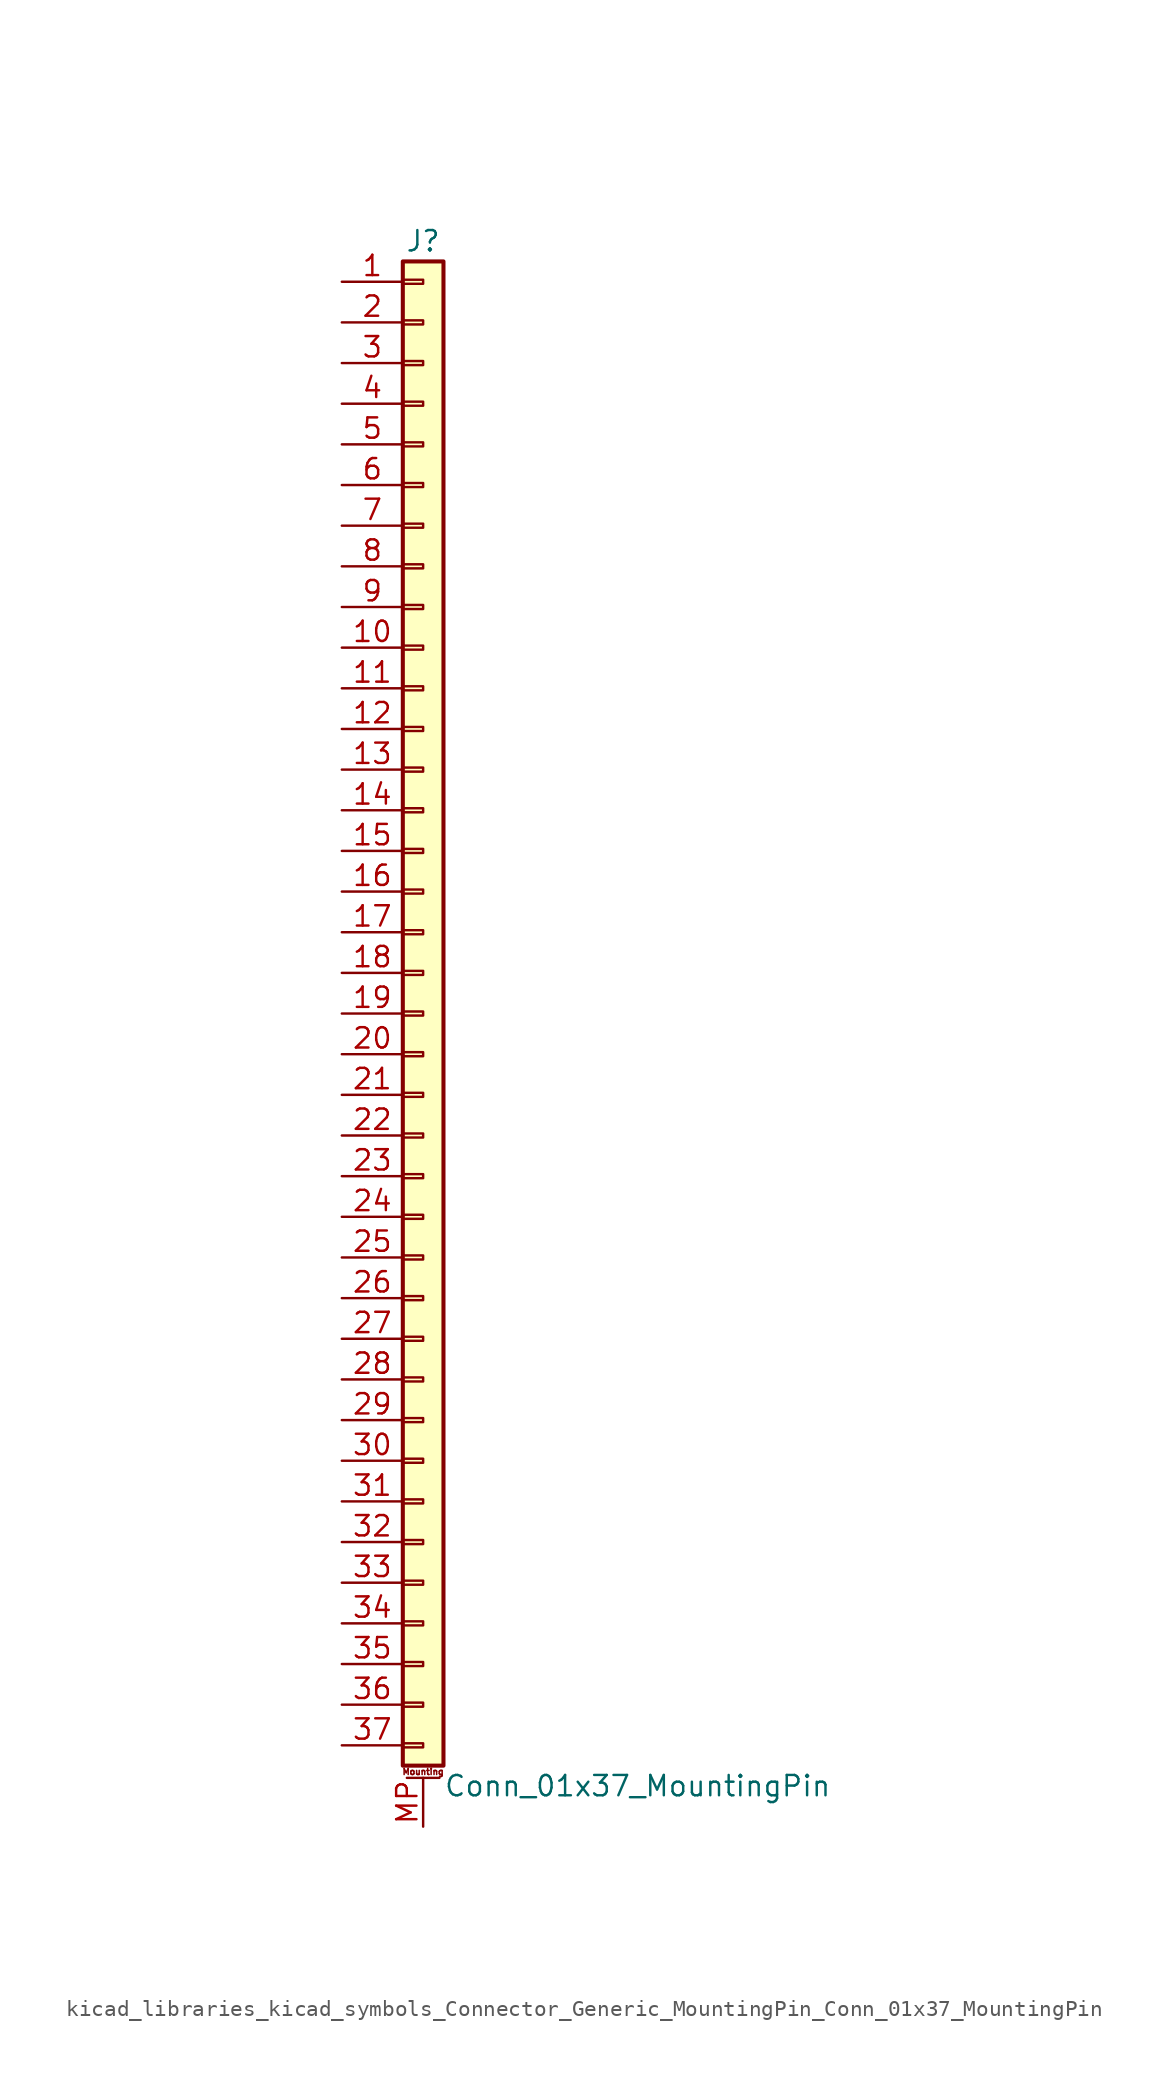
<source format=kicad_sym>
(kicad_symbol_lib
  (version 20220914)
  (generator kicad_symbol_editor)
  (symbol "kicad_libraries_kicad_symbols_Connector_Generic_MountingPin_Conn_01x37_MountingPin"
    (pin_names
      (offset 1.016) hide)
    (property "Reference" "J"
      (at 0 48.26 0)
      (effects (font (size 1.27 1.27))))
    (property "Value" "Conn_01x37_MountingPin"
      (at 1.27 -48.26 0)
      (effects (font (size 1.27 1.27)) (justify left)))
    (symbol "kicad_libraries_kicad_symbols_Connector_Generic_MountingPin_Conn_01x37_MountingPin_1_1"
      (rectangle (start -1.27 -45.593) (end 0 -45.847) (stroke (width 0.152) (type default)) (fill (type none)))
      (rectangle (start -1.27 -43.053) (end 0 -43.307) (stroke (width 0.152) (type default)) (fill (type none)))
      (rectangle (start -1.27 -40.513) (end 0 -40.767) (stroke (width 0.152) (type default)) (fill (type none)))
      (rectangle (start -1.27 -37.973) (end 0 -38.227) (stroke (width 0.152) (type default)) (fill (type none)))
      (rectangle (start -1.27 -35.433) (end 0 -35.687) (stroke (width 0.152) (type default)) (fill (type none)))
      (rectangle (start -1.27 -32.893) (end 0 -33.147) (stroke (width 0.152) (type default)) (fill (type none)))
      (rectangle (start -1.27 -30.353) (end 0 -30.607) (stroke (width 0.152) (type default)) (fill (type none)))
      (rectangle (start -1.27 -27.813) (end 0 -28.067) (stroke (width 0.152) (type default)) (fill (type none)))
      (rectangle (start -1.27 -25.273) (end 0 -25.527) (stroke (width 0.152) (type default)) (fill (type none)))
      (rectangle (start -1.27 -22.733) (end 0 -22.987) (stroke (width 0.152) (type default)) (fill (type none)))
      (rectangle (start -1.27 -20.193) (end 0 -20.447) (stroke (width 0.152) (type default)) (fill (type none)))
      (rectangle (start -1.27 -17.653) (end 0 -17.907) (stroke (width 0.152) (type default)) (fill (type none)))
      (rectangle (start -1.27 -15.113) (end 0 -15.367) (stroke (width 0.152) (type default)) (fill (type none)))
      (rectangle (start -1.27 -12.573) (end 0 -12.827) (stroke (width 0.152) (type default)) (fill (type none)))
      (rectangle (start -1.27 -10.033) (end 0 -10.287) (stroke (width 0.152) (type default)) (fill (type none)))
      (rectangle (start -1.27 -7.493) (end 0 -7.747) (stroke (width 0.152) (type default)) (fill (type none)))
      (rectangle (start -1.27 -4.953) (end 0 -5.207) (stroke (width 0.152) (type default)) (fill (type none)))
      (rectangle (start -1.27 -2.413) (end 0 -2.667) (stroke (width 0.152) (type default)) (fill (type none)))
      (rectangle (start -1.27 0.127) (end 0 -0.127) (stroke (width 0.152) (type default)) (fill (type none)))
      (rectangle (start -1.27 2.667) (end 0 2.413) (stroke (width 0.152) (type default)) (fill (type none)))
      (rectangle (start -1.27 5.207) (end 0 4.953) (stroke (width 0.152) (type default)) (fill (type none)))
      (rectangle (start -1.27 7.747) (end 0 7.493) (stroke (width 0.152) (type default)) (fill (type none)))
      (rectangle (start -1.27 10.287) (end 0 10.033) (stroke (width 0.152) (type default)) (fill (type none)))
      (rectangle (start -1.27 12.827) (end 0 12.573) (stroke (width 0.152) (type default)) (fill (type none)))
      (rectangle (start -1.27 15.367) (end 0 15.113) (stroke (width 0.152) (type default)) (fill (type none)))
      (rectangle (start -1.27 17.907) (end 0 17.653) (stroke (width 0.152) (type default)) (fill (type none)))
      (rectangle (start -1.27 20.447) (end 0 20.193) (stroke (width 0.152) (type default)) (fill (type none)))
      (rectangle (start -1.27 22.987) (end 0 22.733) (stroke (width 0.152) (type default)) (fill (type none)))
      (rectangle (start -1.27 25.527) (end 0 25.273) (stroke (width 0.152) (type default)) (fill (type none)))
      (rectangle (start -1.27 28.067) (end 0 27.813) (stroke (width 0.152) (type default)) (fill (type none)))
      (rectangle (start -1.27 30.607) (end 0 30.353) (stroke (width 0.152) (type default)) (fill (type none)))
      (rectangle (start -1.27 33.147) (end 0 32.893) (stroke (width 0.152) (type default)) (fill (type none)))
      (rectangle (start -1.27 35.687) (end 0 35.433) (stroke (width 0.152) (type default)) (fill (type none)))
      (rectangle (start -1.27 38.227) (end 0 37.973) (stroke (width 0.152) (type default)) (fill (type none)))
      (rectangle (start -1.27 40.767) (end 0 40.513) (stroke (width 0.152) (type default)) (fill (type none)))
      (rectangle (start -1.27 43.307) (end 0 43.053) (stroke (width 0.152) (type default)) (fill (type none)))
      (rectangle (start -1.27 45.847) (end 0 45.593) (stroke (width 0.152) (type default)) (fill (type none)))
      (rectangle (start -1.27 46.99) (end 1.27 -46.99) (stroke (width 0.254) (type default)) (fill (type background)))
      (polyline (pts (xy -1.016 -47.752) (xy 1.016 -47.752)) (stroke (width 0.152) (type default)) (fill (type none)))
      (text "Mounting" (at 0 -47.371 0) (effects (font (size 0.381 0.381))))
      (pin passive line (at -5.08 45.72 0) (length 3.81) (name "Pin_1" (effects (font (size 1.27 1.27)))) (number "1" (effects (font (size 1.27 1.27)))))
      (pin passive line (at -5.08 22.86 0) (length 3.81) (name "Pin_10" (effects (font (size 1.27 1.27)))) (number "10" (effects (font (size 1.27 1.27)))))
      (pin passive line (at -5.08 20.32 0) (length 3.81) (name "Pin_11" (effects (font (size 1.27 1.27)))) (number "11" (effects (font (size 1.27 1.27)))))
      (pin passive line (at -5.08 17.78 0) (length 3.81) (name "Pin_12" (effects (font (size 1.27 1.27)))) (number "12" (effects (font (size 1.27 1.27)))))
      (pin passive line (at -5.08 15.24 0) (length 3.81) (name "Pin_13" (effects (font (size 1.27 1.27)))) (number "13" (effects (font (size 1.27 1.27)))))
      (pin passive line (at -5.08 12.7 0) (length 3.81) (name "Pin_14" (effects (font (size 1.27 1.27)))) (number "14" (effects (font (size 1.27 1.27)))))
      (pin passive line (at -5.08 10.16 0) (length 3.81) (name "Pin_15" (effects (font (size 1.27 1.27)))) (number "15" (effects (font (size 1.27 1.27)))))
      (pin passive line (at -5.08 7.62 0) (length 3.81) (name "Pin_16" (effects (font (size 1.27 1.27)))) (number "16" (effects (font (size 1.27 1.27)))))
      (pin passive line (at -5.08 5.08 0) (length 3.81) (name "Pin_17" (effects (font (size 1.27 1.27)))) (number "17" (effects (font (size 1.27 1.27)))))
      (pin passive line (at -5.08 2.54 0) (length 3.81) (name "Pin_18" (effects (font (size 1.27 1.27)))) (number "18" (effects (font (size 1.27 1.27)))))
      (pin passive line (at -5.08 0 0) (length 3.81) (name "Pin_19" (effects (font (size 1.27 1.27)))) (number "19" (effects (font (size 1.27 1.27)))))
      (pin passive line (at -5.08 43.18 0) (length 3.81) (name "Pin_2" (effects (font (size 1.27 1.27)))) (number "2" (effects (font (size 1.27 1.27)))))
      (pin passive line (at -5.08 -2.54 0) (length 3.81) (name "Pin_20" (effects (font (size 1.27 1.27)))) (number "20" (effects (font (size 1.27 1.27)))))
      (pin passive line (at -5.08 -5.08 0) (length 3.81) (name "Pin_21" (effects (font (size 1.27 1.27)))) (number "21" (effects (font (size 1.27 1.27)))))
      (pin passive line (at -5.08 -7.62 0) (length 3.81) (name "Pin_22" (effects (font (size 1.27 1.27)))) (number "22" (effects (font (size 1.27 1.27)))))
      (pin passive line (at -5.08 -10.16 0) (length 3.81) (name "Pin_23" (effects (font (size 1.27 1.27)))) (number "23" (effects (font (size 1.27 1.27)))))
      (pin passive line (at -5.08 -12.7 0) (length 3.81) (name "Pin_24" (effects (font (size 1.27 1.27)))) (number "24" (effects (font (size 1.27 1.27)))))
      (pin passive line (at -5.08 -15.24 0) (length 3.81) (name "Pin_25" (effects (font (size 1.27 1.27)))) (number "25" (effects (font (size 1.27 1.27)))))
      (pin passive line (at -5.08 -17.78 0) (length 3.81) (name "Pin_26" (effects (font (size 1.27 1.27)))) (number "26" (effects (font (size 1.27 1.27)))))
      (pin passive line (at -5.08 -20.32 0) (length 3.81) (name "Pin_27" (effects (font (size 1.27 1.27)))) (number "27" (effects (font (size 1.27 1.27)))))
      (pin passive line (at -5.08 -22.86 0) (length 3.81) (name "Pin_28" (effects (font (size 1.27 1.27)))) (number "28" (effects (font (size 1.27 1.27)))))
      (pin passive line (at -5.08 -25.4 0) (length 3.81) (name "Pin_29" (effects (font (size 1.27 1.27)))) (number "29" (effects (font (size 1.27 1.27)))))
      (pin passive line (at -5.08 40.64 0) (length 3.81) (name "Pin_3" (effects (font (size 1.27 1.27)))) (number "3" (effects (font (size 1.27 1.27)))))
      (pin passive line (at -5.08 -27.94 0) (length 3.81) (name "Pin_30" (effects (font (size 1.27 1.27)))) (number "30" (effects (font (size 1.27 1.27)))))
      (pin passive line (at -5.08 -30.48 0) (length 3.81) (name "Pin_31" (effects (font (size 1.27 1.27)))) (number "31" (effects (font (size 1.27 1.27)))))
      (pin passive line (at -5.08 -33.02 0) (length 3.81) (name "Pin_32" (effects (font (size 1.27 1.27)))) (number "32" (effects (font (size 1.27 1.27)))))
      (pin passive line (at -5.08 -35.56 0) (length 3.81) (name "Pin_33" (effects (font (size 1.27 1.27)))) (number "33" (effects (font (size 1.27 1.27)))))
      (pin passive line (at -5.08 -38.1 0) (length 3.81) (name "Pin_34" (effects (font (size 1.27 1.27)))) (number "34" (effects (font (size 1.27 1.27)))))
      (pin passive line (at -5.08 -40.64 0) (length 3.81) (name "Pin_35" (effects (font (size 1.27 1.27)))) (number "35" (effects (font (size 1.27 1.27)))))
      (pin passive line (at -5.08 -43.18 0) (length 3.81) (name "Pin_36" (effects (font (size 1.27 1.27)))) (number "36" (effects (font (size 1.27 1.27)))))
      (pin passive line (at -5.08 -45.72 0) (length 3.81) (name "Pin_37" (effects (font (size 1.27 1.27)))) (number "37" (effects (font (size 1.27 1.27)))))
      (pin passive line (at -5.08 38.1 0) (length 3.81) (name "Pin_4" (effects (font (size 1.27 1.27)))) (number "4" (effects (font (size 1.27 1.27)))))
      (pin passive line (at -5.08 35.56 0) (length 3.81) (name "Pin_5" (effects (font (size 1.27 1.27)))) (number "5" (effects (font (size 1.27 1.27)))))
      (pin passive line (at -5.08 33.02 0) (length 3.81) (name "Pin_6" (effects (font (size 1.27 1.27)))) (number "6" (effects (font (size 1.27 1.27)))))
      (pin passive line (at -5.08 30.48 0) (length 3.81) (name "Pin_7" (effects (font (size 1.27 1.27)))) (number "7" (effects (font (size 1.27 1.27)))))
      (pin passive line (at -5.08 27.94 0) (length 3.81) (name "Pin_8" (effects (font (size 1.27 1.27)))) (number "8" (effects (font (size 1.27 1.27)))))
      (pin passive line (at -5.08 25.4 0) (length 3.81) (name "Pin_9" (effects (font (size 1.27 1.27)))) (number "9" (effects (font (size 1.27 1.27)))))
      (pin passive line (at 0 -50.8 90) (length 3.048) (name "MountPin" (effects (font (size 1.27 1.27)))) (number "MP" (effects (font (size 1.27 1.27))))))))
</source>
